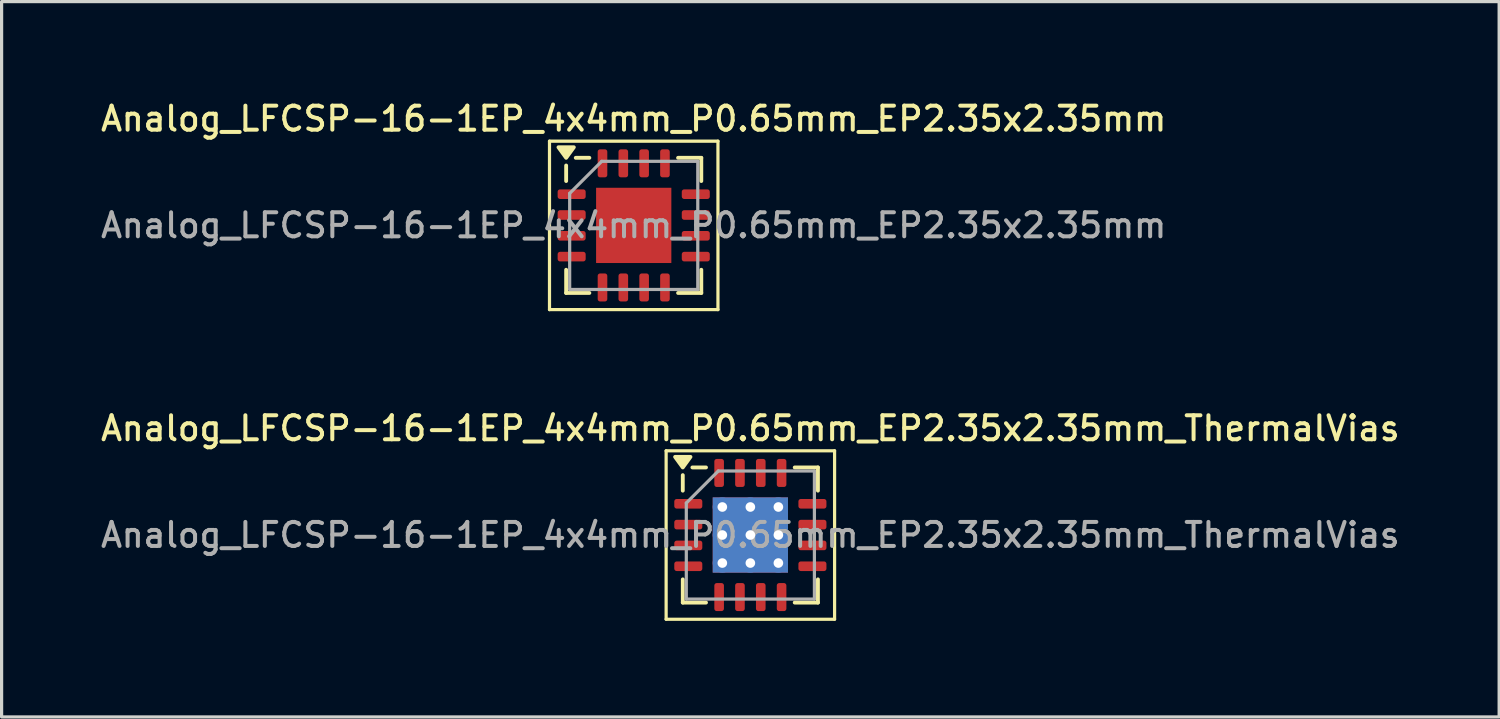
<source format=kicad_pcb>
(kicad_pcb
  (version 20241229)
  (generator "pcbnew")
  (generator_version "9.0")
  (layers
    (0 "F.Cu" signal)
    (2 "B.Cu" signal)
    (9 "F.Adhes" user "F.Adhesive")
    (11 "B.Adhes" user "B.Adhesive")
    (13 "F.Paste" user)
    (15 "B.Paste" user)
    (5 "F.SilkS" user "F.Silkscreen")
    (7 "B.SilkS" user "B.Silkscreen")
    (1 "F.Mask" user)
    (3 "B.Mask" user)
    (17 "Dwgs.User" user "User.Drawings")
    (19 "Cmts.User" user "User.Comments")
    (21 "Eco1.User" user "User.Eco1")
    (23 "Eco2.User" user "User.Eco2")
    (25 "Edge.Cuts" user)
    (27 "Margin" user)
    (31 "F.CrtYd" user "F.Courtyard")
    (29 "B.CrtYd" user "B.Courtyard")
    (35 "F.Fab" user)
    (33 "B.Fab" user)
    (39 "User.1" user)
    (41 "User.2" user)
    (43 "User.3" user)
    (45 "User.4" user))
  (footprint "Analog_LFCSP-16-1EP_4x4mm_P0.65mm_EP2.35x2.35mm"
    (layer "F.Cu")
    (at 16.738 3.988)
    (property "Reference" "Analog_LFCSP-16-1EP_4x4mm_P0.65mm_EP2.35x2.35mm" (at 0 -3.33 0) (layer "F.SilkS") (effects (font (size 0.75 0.75) (thickness 0.125))))
    (attr smd)
    (fp_line (start -2.63 -2.63) (end -2.63 2.63) (stroke (width 0.1) (type solid)) (layer "F.SilkS"))
    (fp_line (start -2.63 2.63) (end 2.63 2.63) (stroke (width 0.1) (type solid)) (layer "F.SilkS"))
    (fp_line (start -2.11 -1.385) (end -2.11 -1.87) (stroke (width 0.12) (type solid)) (layer "F.SilkS"))
    (fp_line (start -2.11 2.11) (end -2.11 1.385) (stroke (width 0.12) (type solid)) (layer "F.SilkS"))
    (fp_line (start -1.385 -2.11) (end -1.81 -2.11) (stroke (width 0.12) (type solid)) (layer "F.SilkS"))
    (fp_line (start -1.385 2.11) (end -2.11 2.11) (stroke (width 0.12) (type solid)) (layer "F.SilkS"))
    (fp_line (start 1.385 -2.11) (end 2.11 -2.11) (stroke (width 0.12) (type solid)) (layer "F.SilkS"))
    (fp_line (start 1.385 2.11) (end 2.11 2.11) (stroke (width 0.12) (type solid)) (layer "F.SilkS"))
    (fp_line (start 2.11 -2.11) (end 2.11 -1.385) (stroke (width 0.12) (type solid)) (layer "F.SilkS"))
    (fp_line (start 2.11 2.11) (end 2.11 1.385) (stroke (width 0.12) (type solid)) (layer "F.SilkS"))
    (fp_line (start 2.63 -2.63) (end -2.63 -2.63) (stroke (width 0.1) (type solid)) (layer "F.SilkS"))
    (fp_line (start 2.63 2.63) (end 2.63 -2.63) (stroke (width 0.1) (type solid)) (layer "F.SilkS"))
    (fp_poly (pts (xy -2.11 -2.11) (xy -2.35 -2.44) (xy -1.87 -2.44) (xy -2.11 -2.11)) (stroke (width 0.12) (type solid)) (fill yes) (layer "F.SilkS"))
    (fp_line (start -2 -1) (end -1 -2) (stroke (width 0.1) (type solid)) (layer "F.Fab"))
    (fp_line (start -2 2) (end -2 -1) (stroke (width 0.1) (type solid)) (layer "F.Fab"))
    (fp_line (start -1 -2) (end 2 -2) (stroke (width 0.1) (type solid)) (layer "F.Fab"))
    (fp_line (start 2 -2) (end 2 2) (stroke (width 0.1) (type solid)) (layer "F.Fab"))
    (fp_line (start 2 2) (end -2 2) (stroke (width 0.1) (type solid)) (layer "F.Fab"))
    (fp_text user "${REFERENCE}" (at 0 0 0) (layer "F.Fab") (effects (font (size 0.75 0.75) (thickness 0.125))))
    (pad "" smd roundrect (at -0.59 -0.59) (size 0.95 0.95) (layers "F.Paste") (roundrect_rratio 0.25))
    (pad "" smd roundrect (at -0.59 0.59) (size 0.95 0.95) (layers "F.Paste") (roundrect_rratio 0.25))
    (pad "" smd roundrect (at 0.59 -0.59) (size 0.95 0.95) (layers "F.Paste") (roundrect_rratio 0.25))
    (pad "" smd roundrect (at 0.59 0.59) (size 0.95 0.95) (layers "F.Paste") (roundrect_rratio 0.25))
    (pad "1" smd roundrect (at -1.938 -0.975) (size 0.875 0.3) (layers "F.Cu" "F.Mask" "F.Paste") (roundrect_rratio 0.25))
    (pad "2" smd roundrect (at -1.938 -0.325) (size 0.875 0.3) (layers "F.Cu" "F.Mask" "F.Paste") (roundrect_rratio 0.25))
    (pad "3" smd roundrect (at -1.938 0.325) (size 0.875 0.3) (layers "F.Cu" "F.Mask" "F.Paste") (roundrect_rratio 0.25))
    (pad "4" smd roundrect (at -1.938 0.975) (size 0.875 0.3) (layers "F.Cu" "F.Mask" "F.Paste") (roundrect_rratio 0.25))
    (pad "5" smd roundrect (at -0.975 1.938) (size 0.3 0.875) (layers "F.Cu" "F.Mask" "F.Paste") (roundrect_rratio 0.25))
    (pad "6" smd roundrect (at -0.325 1.938) (size 0.3 0.875) (layers "F.Cu" "F.Mask" "F.Paste") (roundrect_rratio 0.25))
    (pad "7" smd roundrect (at 0.325 1.938) (size 0.3 0.875) (layers "F.Cu" "F.Mask" "F.Paste") (roundrect_rratio 0.25))
    (pad "8" smd roundrect (at 0.975 1.938) (size 0.3 0.875) (layers "F.Cu" "F.Mask" "F.Paste") (roundrect_rratio 0.25))
    (pad "9" smd roundrect (at 1.938 0.975) (size 0.875 0.3) (layers "F.Cu" "F.Mask" "F.Paste") (roundrect_rratio 0.25))
    (pad "10" smd roundrect (at 1.938 0.325) (size 0.875 0.3) (layers "F.Cu" "F.Mask" "F.Paste") (roundrect_rratio 0.25))
    (pad "11" smd roundrect (at 1.938 -0.325) (size 0.875 0.3) (layers "F.Cu" "F.Mask" "F.Paste") (roundrect_rratio 0.25))
    (pad "12" smd roundrect (at 1.938 -0.975) (size 0.875 0.3) (layers "F.Cu" "F.Mask" "F.Paste") (roundrect_rratio 0.25))
    (pad "13" smd roundrect (at 0.975 -1.938) (size 0.3 0.875) (layers "F.Cu" "F.Mask" "F.Paste") (roundrect_rratio 0.25))
    (pad "14" smd roundrect (at 0.325 -1.938) (size 0.3 0.875) (layers "F.Cu" "F.Mask" "F.Paste") (roundrect_rratio 0.25))
    (pad "15" smd roundrect (at -0.325 -1.938) (size 0.3 0.875) (layers "F.Cu" "F.Mask" "F.Paste") (roundrect_rratio 0.25))
    (pad "16" smd roundrect (at -0.975 -1.938) (size 0.3 0.875) (layers "F.Cu" "F.Mask" "F.Paste") (roundrect_rratio 0.25))
    (pad "17" smd rect (at 0 0) (size 2.35 2.35) (property pad_prop_heatsink) (layers "F.Cu" "F.Mask")))
  (footprint "Analog_LFCSP-16-1EP_4x4mm_P0.65mm_EP2.35x2.35mm_ThermalVias"
    (layer "F.Cu")
    (at 20.38 13.656)
    (property "Reference" "Analog_LFCSP-16-1EP_4x4mm_P0.65mm_EP2.35x2.35mm_ThermalVias" (at 0 -3.33 0) (layer "F.SilkS") (effects (font (size 0.75 0.75) (thickness 0.125))))
    (attr smd)
    (fp_line (start -2.63 -2.63) (end -2.63 2.63) (stroke (width 0.1) (type solid)) (layer "F.SilkS"))
    (fp_line (start -2.63 2.63) (end 2.63 2.63) (stroke (width 0.1) (type solid)) (layer "F.SilkS"))
    (fp_line (start -2.11 -1.385) (end -2.11 -1.87) (stroke (width 0.12) (type solid)) (layer "F.SilkS"))
    (fp_line (start -2.11 2.11) (end -2.11 1.385) (stroke (width 0.12) (type solid)) (layer "F.SilkS"))
    (fp_line (start -1.385 -2.11) (end -1.81 -2.11) (stroke (width 0.12) (type solid)) (layer "F.SilkS"))
    (fp_line (start -1.385 2.11) (end -2.11 2.11) (stroke (width 0.12) (type solid)) (layer "F.SilkS"))
    (fp_line (start 1.385 -2.11) (end 2.11 -2.11) (stroke (width 0.12) (type solid)) (layer "F.SilkS"))
    (fp_line (start 1.385 2.11) (end 2.11 2.11) (stroke (width 0.12) (type solid)) (layer "F.SilkS"))
    (fp_line (start 2.11 -2.11) (end 2.11 -1.385) (stroke (width 0.12) (type solid)) (layer "F.SilkS"))
    (fp_line (start 2.11 2.11) (end 2.11 1.385) (stroke (width 0.12) (type solid)) (layer "F.SilkS"))
    (fp_line (start 2.63 -2.63) (end -2.63 -2.63) (stroke (width 0.1) (type solid)) (layer "F.SilkS"))
    (fp_line (start 2.63 2.63) (end 2.63 -2.63) (stroke (width 0.1) (type solid)) (layer "F.SilkS"))
    (fp_poly (pts (xy -2.11 -2.11) (xy -2.35 -2.44) (xy -1.87 -2.44) (xy -2.11 -2.11)) (stroke (width 0.12) (type solid)) (fill yes) (layer "F.SilkS"))
    (fp_line (start -2 -1) (end -1 -2) (stroke (width 0.1) (type solid)) (layer "F.Fab"))
    (fp_line (start -2 2) (end -2 -1) (stroke (width 0.1) (type solid)) (layer "F.Fab"))
    (fp_line (start -1 -2) (end 2 -2) (stroke (width 0.1) (type solid)) (layer "F.Fab"))
    (fp_line (start 2 -2) (end 2 2) (stroke (width 0.1) (type solid)) (layer "F.Fab"))
    (fp_line (start 2 2) (end -2 2) (stroke (width 0.1) (type solid)) (layer "F.Fab"))
    (fp_text user "${REFERENCE}" (at 0 0 0) (layer "F.Fab") (effects (font (size 0.75 0.75) (thickness 0.125))))
    (pad "" smd roundrect (at -0.59 -0.59) (size 1.02 1.02) (layers "F.Paste") (roundrect_rratio 0.245))
    (pad "" smd roundrect (at -0.59 0.59) (size 1.02 1.02) (layers "F.Paste") (roundrect_rratio 0.245))
    (pad "" smd roundrect (at 0.59 -0.59) (size 1.02 1.02) (layers "F.Paste") (roundrect_rratio 0.245))
    (pad "" smd roundrect (at 0.59 0.59) (size 1.02 1.02) (layers "F.Paste") (roundrect_rratio 0.245))
    (pad "1" smd roundrect (at -1.938 -0.975) (size 0.875 0.3) (layers "F.Cu" "F.Mask" "F.Paste") (roundrect_rratio 0.25))
    (pad "2" smd roundrect (at -1.938 -0.325) (size 0.875 0.3) (layers "F.Cu" "F.Mask" "F.Paste") (roundrect_rratio 0.25))
    (pad "3" smd roundrect (at -1.938 0.325) (size 0.875 0.3) (layers "F.Cu" "F.Mask" "F.Paste") (roundrect_rratio 0.25))
    (pad "4" smd roundrect (at -1.938 0.975) (size 0.875 0.3) (layers "F.Cu" "F.Mask" "F.Paste") (roundrect_rratio 0.25))
    (pad "5" smd roundrect (at -0.975 1.938) (size 0.3 0.875) (layers "F.Cu" "F.Mask" "F.Paste") (roundrect_rratio 0.25))
    (pad "6" smd roundrect (at -0.325 1.938) (size 0.3 0.875) (layers "F.Cu" "F.Mask" "F.Paste") (roundrect_rratio 0.25))
    (pad "7" smd roundrect (at 0.325 1.938) (size 0.3 0.875) (layers "F.Cu" "F.Mask" "F.Paste") (roundrect_rratio 0.25))
    (pad "8" smd roundrect (at 0.975 1.938) (size 0.3 0.875) (layers "F.Cu" "F.Mask" "F.Paste") (roundrect_rratio 0.25))
    (pad "9" smd roundrect (at 1.938 0.975) (size 0.875 0.3) (layers "F.Cu" "F.Mask" "F.Paste") (roundrect_rratio 0.25))
    (pad "10" smd roundrect (at 1.938 0.325) (size 0.875 0.3) (layers "F.Cu" "F.Mask" "F.Paste") (roundrect_rratio 0.25))
    (pad "11" smd roundrect (at 1.938 -0.325) (size 0.875 0.3) (layers "F.Cu" "F.Mask" "F.Paste") (roundrect_rratio 0.25))
    (pad "12" smd roundrect (at 1.938 -0.975) (size 0.875 0.3) (layers "F.Cu" "F.Mask" "F.Paste") (roundrect_rratio 0.25))
    (pad "13" smd roundrect (at 0.975 -1.938) (size 0.3 0.875) (layers "F.Cu" "F.Mask" "F.Paste") (roundrect_rratio 0.25))
    (pad "14" smd roundrect (at 0.325 -1.938) (size 0.3 0.875) (layers "F.Cu" "F.Mask" "F.Paste") (roundrect_rratio 0.25))
    (pad "15" smd roundrect (at -0.325 -1.938) (size 0.3 0.875) (layers "F.Cu" "F.Mask" "F.Paste") (roundrect_rratio 0.25))
    (pad "16" smd roundrect (at -0.975 -1.938) (size 0.3 0.875) (layers "F.Cu" "F.Mask" "F.Paste") (roundrect_rratio 0.25))
    (pad "17" thru_hole circle (at -0.875 -0.875) (size 0.6 0.6) (drill 0.3) (property pad_prop_heatsink) (layers "*.Cu"))
    (pad "17" thru_hole circle (at -0.875 0) (size 0.6 0.6) (drill 0.3) (property pad_prop_heatsink) (layers "*.Cu"))
    (pad "17" thru_hole circle (at -0.875 0.875) (size 0.6 0.6) (drill 0.3) (property pad_prop_heatsink) (layers "*.Cu"))
    (pad "17" thru_hole circle (at 0 -0.875) (size 0.6 0.6) (drill 0.3) (property pad_prop_heatsink) (layers "*.Cu"))
    (pad "17" thru_hole circle (at 0 0) (size 0.6 0.6) (drill 0.3) (property pad_prop_heatsink) (layers "*.Cu"))
    (pad "17" smd rect (at 0 0) (size 2.35 2.35) (property pad_prop_heatsink) (layers "F.Cu" "F.Mask"))
    (pad "17" smd rect (at 0 0) (size 2.35 2.35) (property pad_prop_heatsink) (layers "B.Cu"))
    (pad "17" thru_hole circle (at 0 0.875) (size 0.6 0.6) (drill 0.3) (property pad_prop_heatsink) (layers "*.Cu"))
    (pad "17" thru_hole circle (at 0.875 -0.875) (size 0.6 0.6) (drill 0.3) (property pad_prop_heatsink) (layers "*.Cu"))
    (pad "17" thru_hole circle (at 0.875 0) (size 0.6 0.6) (drill 0.3) (property pad_prop_heatsink) (layers "*.Cu"))
    (pad "17" thru_hole circle (at 0.875 0.875) (size 0.6 0.6) (drill 0.3) (property pad_prop_heatsink) (layers "*.Cu")))
  (gr_rect
    (start -3 -3)
    (end 43.761 19.336)
    (stroke (width 0.1) (type default))
    (fill no)
    (layer "Edge.Cuts")))
</source>
